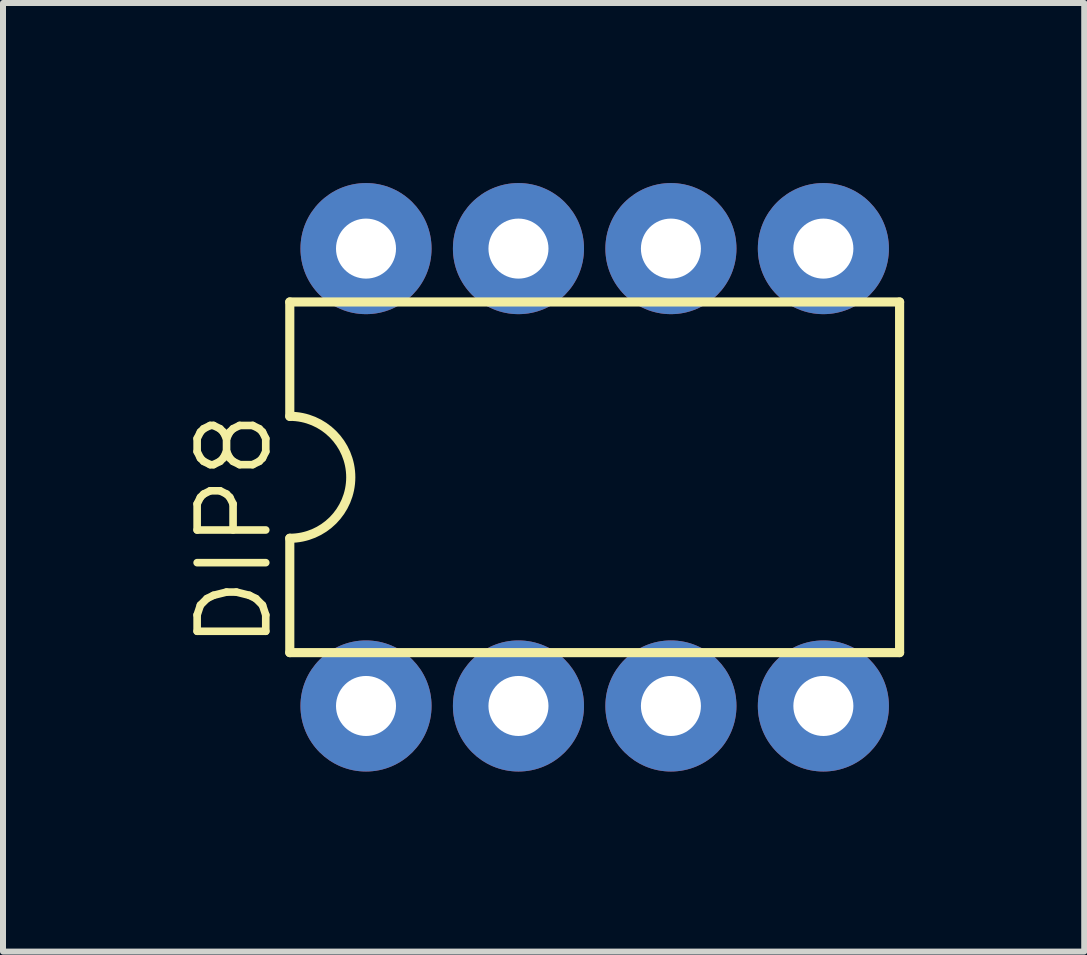
<source format=kicad_pcb>
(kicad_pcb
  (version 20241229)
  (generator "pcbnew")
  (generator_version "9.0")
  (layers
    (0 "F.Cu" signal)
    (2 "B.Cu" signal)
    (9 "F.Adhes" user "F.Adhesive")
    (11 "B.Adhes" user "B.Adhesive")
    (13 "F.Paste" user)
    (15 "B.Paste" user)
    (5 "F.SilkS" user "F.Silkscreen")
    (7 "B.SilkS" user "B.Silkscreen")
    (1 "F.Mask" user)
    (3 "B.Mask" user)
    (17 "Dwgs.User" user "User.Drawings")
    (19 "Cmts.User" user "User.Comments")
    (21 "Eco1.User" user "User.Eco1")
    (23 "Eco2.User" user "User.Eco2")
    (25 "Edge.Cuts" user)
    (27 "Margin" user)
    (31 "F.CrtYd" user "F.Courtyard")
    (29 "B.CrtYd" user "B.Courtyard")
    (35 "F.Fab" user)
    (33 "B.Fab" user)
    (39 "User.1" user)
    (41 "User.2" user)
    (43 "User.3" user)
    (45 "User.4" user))
  (footprint "DIP8"
    (layer "F.Cu")
    (at 6.858 4.902)
    (property "Reference" "DIP8" (at -5.334 2.921 90) (layer "F.SilkS") (effects (font (size 1.143 1.143) (thickness 0.127)) (justify left bottom)))
    (fp_line (start -5.08 -2.921) (end -5.08 -1.016) (stroke (width 0.152) (type solid)) (layer "F.SilkS"))
    (fp_line (start -5.08 2.921) (end -5.08 1.016) (stroke (width 0.152) (type solid)) (layer "F.SilkS"))
    (fp_line (start -5.08 2.921) (end 5.08 2.921) (stroke (width 0.152) (type solid)) (layer "F.SilkS"))
    (fp_line (start 5.08 -2.921) (end -5.08 -2.921) (stroke (width 0.152) (type solid)) (layer "F.SilkS"))
    (fp_line (start 5.08 -2.921) (end 5.08 2.921) (stroke (width 0.152) (type solid)) (layer "F.SilkS"))
    (fp_arc (start -5.08 -1.016) (mid -4.064 0) (end -5.08 1.016) (stroke (width 0.1524) (type solid)) (layer "F.SilkS"))
    (pad "1" thru_hole circle (at -3.81 3.81 90) (size 2.184 2.184) (drill 1) (layers "*.Cu" "*.Mask"))
    (pad "2" thru_hole circle (at -1.27 3.81 90) (size 2.184 2.184) (drill 1) (layers "*.Cu" "*.Mask"))
    (pad "3" thru_hole circle (at 1.27 3.81 90) (size 2.184 2.184) (drill 1) (layers "*.Cu" "*.Mask"))
    (pad "4" thru_hole circle (at 3.81 3.81 90) (size 2.184 2.184) (drill 1) (layers "*.Cu" "*.Mask"))
    (pad "5" thru_hole circle (at 3.81 -3.81 90) (size 2.184 2.184) (drill 1) (layers "*.Cu" "*.Mask"))
    (pad "6" thru_hole circle (at 1.27 -3.81 90) (size 2.184 2.184) (drill 1) (layers "*.Cu" "*.Mask"))
    (pad "7" thru_hole circle (at -1.27 -3.81 90) (size 2.184 2.184) (drill 1) (layers "*.Cu" "*.Mask"))
    (pad "8" thru_hole circle (at -3.81 -3.81 90) (size 2.184 2.184) (drill 1) (layers "*.Cu" "*.Mask")))
  (gr_rect
    (start -3 -3)
    (end 15.014 12.804)
    (stroke (width 0.1) (type default))
    (fill no)
    (layer "Edge.Cuts")))
</source>
